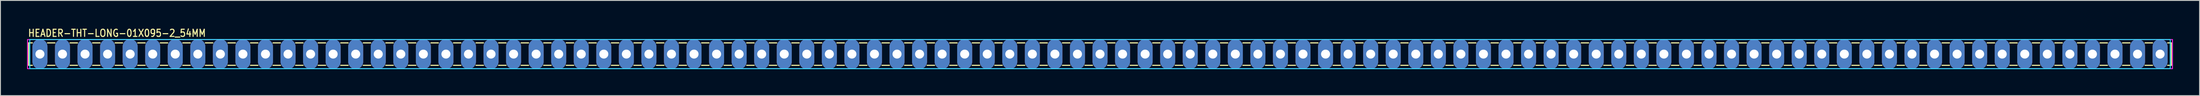
<source format=kicad_pcb>
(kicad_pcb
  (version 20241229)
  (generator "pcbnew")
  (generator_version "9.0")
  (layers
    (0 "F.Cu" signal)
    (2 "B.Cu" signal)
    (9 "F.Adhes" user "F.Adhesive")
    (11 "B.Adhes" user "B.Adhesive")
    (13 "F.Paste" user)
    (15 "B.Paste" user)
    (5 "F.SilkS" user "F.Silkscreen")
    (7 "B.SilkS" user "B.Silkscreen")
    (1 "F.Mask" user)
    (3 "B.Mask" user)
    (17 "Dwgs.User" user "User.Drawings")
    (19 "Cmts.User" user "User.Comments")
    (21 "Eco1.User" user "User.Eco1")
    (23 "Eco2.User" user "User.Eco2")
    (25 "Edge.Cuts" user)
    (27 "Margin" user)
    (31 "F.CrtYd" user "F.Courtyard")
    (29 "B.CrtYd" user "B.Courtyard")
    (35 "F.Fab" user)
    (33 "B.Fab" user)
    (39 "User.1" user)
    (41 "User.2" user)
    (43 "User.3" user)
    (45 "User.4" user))
  (footprint "HEADER-THT-LONG-01X095-2_54MM"
    (layer "F.Cu")
    (at 1.447 3.079)
    (property "Reference" "HEADER-THT-LONG-01X095-2_54MM" (at -1.4 -1.9 0) (unlocked yes) (layer "F.SilkS") (effects (font (size 0.813 0.695) (thickness 0.122)) (justify left bottom)))
    (fp_line (start -1.27 -1.27) (end -1.27 1.27) (stroke (width 0.127) (type solid)) (layer "F.SilkS"))
    (fp_line (start -1.27 1.27) (end -0.85 1.27) (stroke (width 0.127) (type solid)) (layer "F.SilkS"))
    (fp_line (start -0.85 -1.27) (end -1.27 -1.27) (stroke (width 0.127) (type solid)) (layer "F.SilkS"))
    (fp_line (start 0.85 -1.27) (end 1.69 -1.27) (stroke (width 0.127) (type solid)) (layer "F.SilkS"))
    (fp_line (start 0.85 1.27) (end 1.69 1.27) (stroke (width 0.127) (type solid)) (layer "F.SilkS"))
    (fp_line (start 3.39 -1.27) (end 4.23 -1.27) (stroke (width 0.127) (type solid)) (layer "F.SilkS"))
    (fp_line (start 3.39 1.27) (end 4.23 1.27) (stroke (width 0.127) (type solid)) (layer "F.SilkS"))
    (fp_line (start 5.93 -1.27) (end 6.77 -1.27) (stroke (width 0.127) (type solid)) (layer "F.SilkS"))
    (fp_line (start 5.93 1.27) (end 6.77 1.27) (stroke (width 0.127) (type solid)) (layer "F.SilkS"))
    (fp_line (start 8.47 -1.27) (end 9.31 -1.27) (stroke (width 0.127) (type solid)) (layer "F.SilkS"))
    (fp_line (start 8.47 1.27) (end 9.31 1.27) (stroke (width 0.127) (type solid)) (layer "F.SilkS"))
    (fp_line (start 11.01 -1.27) (end 11.85 -1.27) (stroke (width 0.127) (type solid)) (layer "F.SilkS"))
    (fp_line (start 11.01 1.27) (end 11.85 1.27) (stroke (width 0.127) (type solid)) (layer "F.SilkS"))
    (fp_line (start 13.55 -1.27) (end 14.39 -1.27) (stroke (width 0.127) (type solid)) (layer "F.SilkS"))
    (fp_line (start 13.55 1.27) (end 14.39 1.27) (stroke (width 0.127) (type solid)) (layer "F.SilkS"))
    (fp_line (start 16.09 -1.27) (end 16.93 -1.27) (stroke (width 0.127) (type solid)) (layer "F.SilkS"))
    (fp_line (start 16.09 1.27) (end 16.93 1.27) (stroke (width 0.127) (type solid)) (layer "F.SilkS"))
    (fp_line (start 18.63 -1.27) (end 19.47 -1.27) (stroke (width 0.127) (type solid)) (layer "F.SilkS"))
    (fp_line (start 18.63 1.27) (end 19.47 1.27) (stroke (width 0.127) (type solid)) (layer "F.SilkS"))
    (fp_line (start 21.17 -1.27) (end 22.01 -1.27) (stroke (width 0.127) (type solid)) (layer "F.SilkS"))
    (fp_line (start 21.17 1.27) (end 22.01 1.27) (stroke (width 0.127) (type solid)) (layer "F.SilkS"))
    (fp_line (start 23.71 -1.27) (end 24.55 -1.27) (stroke (width 0.127) (type solid)) (layer "F.SilkS"))
    (fp_line (start 23.71 1.27) (end 24.55 1.27) (stroke (width 0.127) (type solid)) (layer "F.SilkS"))
    (fp_line (start 26.25 -1.27) (end 27.09 -1.27) (stroke (width 0.127) (type solid)) (layer "F.SilkS"))
    (fp_line (start 26.25 1.27) (end 27.09 1.27) (stroke (width 0.127) (type solid)) (layer "F.SilkS"))
    (fp_line (start 28.79 -1.27) (end 29.63 -1.27) (stroke (width 0.127) (type solid)) (layer "F.SilkS"))
    (fp_line (start 28.79 1.27) (end 29.63 1.27) (stroke (width 0.127) (type solid)) (layer "F.SilkS"))
    (fp_line (start 31.33 -1.27) (end 32.17 -1.27) (stroke (width 0.127) (type solid)) (layer "F.SilkS"))
    (fp_line (start 31.33 1.27) (end 32.17 1.27) (stroke (width 0.127) (type solid)) (layer "F.SilkS"))
    (fp_line (start 33.87 -1.27) (end 34.71 -1.27) (stroke (width 0.127) (type solid)) (layer "F.SilkS"))
    (fp_line (start 33.87 1.27) (end 34.71 1.27) (stroke (width 0.127) (type solid)) (layer "F.SilkS"))
    (fp_line (start 36.41 -1.27) (end 37.25 -1.27) (stroke (width 0.127) (type solid)) (layer "F.SilkS"))
    (fp_line (start 36.41 1.27) (end 37.25 1.27) (stroke (width 0.127) (type solid)) (layer "F.SilkS"))
    (fp_line (start 38.95 -1.27) (end 39.79 -1.27) (stroke (width 0.127) (type solid)) (layer "F.SilkS"))
    (fp_line (start 38.95 1.27) (end 39.79 1.27) (stroke (width 0.127) (type solid)) (layer "F.SilkS"))
    (fp_line (start 41.49 -1.27) (end 42.33 -1.27) (stroke (width 0.127) (type solid)) (layer "F.SilkS"))
    (fp_line (start 41.49 1.27) (end 42.33 1.27) (stroke (width 0.127) (type solid)) (layer "F.SilkS"))
    (fp_line (start 44.03 -1.27) (end 44.87 -1.27) (stroke (width 0.127) (type solid)) (layer "F.SilkS"))
    (fp_line (start 44.03 1.27) (end 44.87 1.27) (stroke (width 0.127) (type solid)) (layer "F.SilkS"))
    (fp_line (start 46.57 -1.27) (end 47.41 -1.27) (stroke (width 0.127) (type solid)) (layer "F.SilkS"))
    (fp_line (start 46.57 1.27) (end 47.41 1.27) (stroke (width 0.127) (type solid)) (layer "F.SilkS"))
    (fp_line (start 49.11 -1.27) (end 49.95 -1.27) (stroke (width 0.127) (type solid)) (layer "F.SilkS"))
    (fp_line (start 49.11 1.27) (end 49.95 1.27) (stroke (width 0.127) (type solid)) (layer "F.SilkS"))
    (fp_line (start 51.65 -1.27) (end 52.49 -1.27) (stroke (width 0.127) (type solid)) (layer "F.SilkS"))
    (fp_line (start 51.65 1.27) (end 52.49 1.27) (stroke (width 0.127) (type solid)) (layer "F.SilkS"))
    (fp_line (start 54.19 -1.27) (end 55.03 -1.27) (stroke (width 0.127) (type solid)) (layer "F.SilkS"))
    (fp_line (start 54.19 1.27) (end 55.03 1.27) (stroke (width 0.127) (type solid)) (layer "F.SilkS"))
    (fp_line (start 56.73 -1.27) (end 57.57 -1.27) (stroke (width 0.127) (type solid)) (layer "F.SilkS"))
    (fp_line (start 56.73 1.27) (end 57.57 1.27) (stroke (width 0.127) (type solid)) (layer "F.SilkS"))
    (fp_line (start 59.27 -1.27) (end 60.11 -1.27) (stroke (width 0.127) (type solid)) (layer "F.SilkS"))
    (fp_line (start 59.27 1.27) (end 60.11 1.27) (stroke (width 0.127) (type solid)) (layer "F.SilkS"))
    (fp_line (start 61.81 -1.27) (end 62.65 -1.27) (stroke (width 0.127) (type solid)) (layer "F.SilkS"))
    (fp_line (start 61.81 1.27) (end 62.65 1.27) (stroke (width 0.127) (type solid)) (layer "F.SilkS"))
    (fp_line (start 64.35 -1.27) (end 65.19 -1.27) (stroke (width 0.127) (type solid)) (layer "F.SilkS"))
    (fp_line (start 64.35 1.27) (end 65.19 1.27) (stroke (width 0.127) (type solid)) (layer "F.SilkS"))
    (fp_line (start 66.89 -1.27) (end 67.73 -1.27) (stroke (width 0.127) (type solid)) (layer "F.SilkS"))
    (fp_line (start 66.89 1.27) (end 67.73 1.27) (stroke (width 0.127) (type solid)) (layer "F.SilkS"))
    (fp_line (start 69.43 -1.27) (end 70.27 -1.27) (stroke (width 0.127) (type solid)) (layer "F.SilkS"))
    (fp_line (start 69.43 1.27) (end 70.27 1.27) (stroke (width 0.127) (type solid)) (layer "F.SilkS"))
    (fp_line (start 71.97 -1.27) (end 72.81 -1.27) (stroke (width 0.127) (type solid)) (layer "F.SilkS"))
    (fp_line (start 71.97 1.27) (end 72.81 1.27) (stroke (width 0.127) (type solid)) (layer "F.SilkS"))
    (fp_line (start 74.51 -1.27) (end 75.35 -1.27) (stroke (width 0.127) (type solid)) (layer "F.SilkS"))
    (fp_line (start 74.51 1.27) (end 75.35 1.27) (stroke (width 0.127) (type solid)) (layer "F.SilkS"))
    (fp_line (start 77.05 -1.27) (end 77.89 -1.27) (stroke (width 0.127) (type solid)) (layer "F.SilkS"))
    (fp_line (start 77.05 1.27) (end 77.89 1.27) (stroke (width 0.127) (type solid)) (layer "F.SilkS"))
    (fp_line (start 79.59 -1.27) (end 80.43 -1.27) (stroke (width 0.127) (type solid)) (layer "F.SilkS"))
    (fp_line (start 79.59 1.27) (end 80.43 1.27) (stroke (width 0.127) (type solid)) (layer "F.SilkS"))
    (fp_line (start 82.13 -1.27) (end 82.97 -1.27) (stroke (width 0.127) (type solid)) (layer "F.SilkS"))
    (fp_line (start 82.13 1.27) (end 82.97 1.27) (stroke (width 0.127) (type solid)) (layer "F.SilkS"))
    (fp_line (start 84.67 -1.27) (end 85.51 -1.27) (stroke (width 0.127) (type solid)) (layer "F.SilkS"))
    (fp_line (start 84.67 1.27) (end 85.51 1.27) (stroke (width 0.127) (type solid)) (layer "F.SilkS"))
    (fp_line (start 87.21 -1.27) (end 88.05 -1.27) (stroke (width 0.127) (type solid)) (layer "F.SilkS"))
    (fp_line (start 87.21 1.27) (end 88.05 1.27) (stroke (width 0.127) (type solid)) (layer "F.SilkS"))
    (fp_line (start 89.75 -1.27) (end 90.59 -1.27) (stroke (width 0.127) (type solid)) (layer "F.SilkS"))
    (fp_line (start 89.75 1.27) (end 90.59 1.27) (stroke (width 0.127) (type solid)) (layer "F.SilkS"))
    (fp_line (start 92.29 -1.27) (end 93.13 -1.27) (stroke (width 0.127) (type solid)) (layer "F.SilkS"))
    (fp_line (start 92.29 1.27) (end 93.13 1.27) (stroke (width 0.127) (type solid)) (layer "F.SilkS"))
    (fp_line (start 94.83 -1.27) (end 95.67 -1.27) (stroke (width 0.127) (type solid)) (layer "F.SilkS"))
    (fp_line (start 94.83 1.27) (end 95.67 1.27) (stroke (width 0.127) (type solid)) (layer "F.SilkS"))
    (fp_line (start 97.37 -1.27) (end 98.21 -1.27) (stroke (width 0.127) (type solid)) (layer "F.SilkS"))
    (fp_line (start 97.37 1.27) (end 98.21 1.27) (stroke (width 0.127) (type solid)) (layer "F.SilkS"))
    (fp_line (start 99.91 -1.27) (end 100.75 -1.27) (stroke (width 0.127) (type solid)) (layer "F.SilkS"))
    (fp_line (start 99.91 1.27) (end 100.75 1.27) (stroke (width 0.127) (type solid)) (layer "F.SilkS"))
    (fp_line (start 102.45 -1.27) (end 103.29 -1.27) (stroke (width 0.127) (type solid)) (layer "F.SilkS"))
    (fp_line (start 102.45 1.27) (end 103.29 1.27) (stroke (width 0.127) (type solid)) (layer "F.SilkS"))
    (fp_line (start 104.99 -1.27) (end 105.83 -1.27) (stroke (width 0.127) (type solid)) (layer "F.SilkS"))
    (fp_line (start 104.99 1.27) (end 105.83 1.27) (stroke (width 0.127) (type solid)) (layer "F.SilkS"))
    (fp_line (start 107.53 -1.27) (end 108.37 -1.27) (stroke (width 0.127) (type solid)) (layer "F.SilkS"))
    (fp_line (start 107.53 1.27) (end 108.37 1.27) (stroke (width 0.127) (type solid)) (layer "F.SilkS"))
    (fp_line (start 110.07 -1.27) (end 110.91 -1.27) (stroke (width 0.127) (type solid)) (layer "F.SilkS"))
    (fp_line (start 110.07 1.27) (end 110.91 1.27) (stroke (width 0.127) (type solid)) (layer "F.SilkS"))
    (fp_line (start 112.61 -1.27) (end 113.45 -1.27) (stroke (width 0.127) (type solid)) (layer "F.SilkS"))
    (fp_line (start 112.61 1.27) (end 113.45 1.27) (stroke (width 0.127) (type solid)) (layer "F.SilkS"))
    (fp_line (start 115.15 -1.27) (end 115.99 -1.27) (stroke (width 0.127) (type solid)) (layer "F.SilkS"))
    (fp_line (start 115.15 1.27) (end 115.99 1.27) (stroke (width 0.127) (type solid)) (layer "F.SilkS"))
    (fp_line (start 117.69 -1.27) (end 118.53 -1.27) (stroke (width 0.127) (type solid)) (layer "F.SilkS"))
    (fp_line (start 117.69 1.27) (end 118.53 1.27) (stroke (width 0.127) (type solid)) (layer "F.SilkS"))
    (fp_line (start 120.23 -1.27) (end 121.07 -1.27) (stroke (width 0.127) (type solid)) (layer "F.SilkS"))
    (fp_line (start 120.23 1.27) (end 121.07 1.27) (stroke (width 0.127) (type solid)) (layer "F.SilkS"))
    (fp_line (start 122.77 -1.27) (end 123.61 -1.27) (stroke (width 0.127) (type solid)) (layer "F.SilkS"))
    (fp_line (start 122.77 1.27) (end 123.61 1.27) (stroke (width 0.127) (type solid)) (layer "F.SilkS"))
    (fp_line (start 125.31 -1.27) (end 126.15 -1.27) (stroke (width 0.127) (type solid)) (layer "F.SilkS"))
    (fp_line (start 125.31 1.27) (end 126.15 1.27) (stroke (width 0.127) (type solid)) (layer "F.SilkS"))
    (fp_line (start 127.85 -1.27) (end 128.69 -1.27) (stroke (width 0.127) (type solid)) (layer "F.SilkS"))
    (fp_line (start 127.85 1.27) (end 128.69 1.27) (stroke (width 0.127) (type solid)) (layer "F.SilkS"))
    (fp_line (start 130.39 -1.27) (end 131.23 -1.27) (stroke (width 0.127) (type solid)) (layer "F.SilkS"))
    (fp_line (start 130.39 1.27) (end 131.23 1.27) (stroke (width 0.127) (type solid)) (layer "F.SilkS"))
    (fp_line (start 132.93 -1.27) (end 133.77 -1.27) (stroke (width 0.127) (type solid)) (layer "F.SilkS"))
    (fp_line (start 132.93 1.27) (end 133.77 1.27) (stroke (width 0.127) (type solid)) (layer "F.SilkS"))
    (fp_line (start 135.47 -1.27) (end 136.31 -1.27) (stroke (width 0.127) (type solid)) (layer "F.SilkS"))
    (fp_line (start 135.47 1.27) (end 136.31 1.27) (stroke (width 0.127) (type solid)) (layer "F.SilkS"))
    (fp_line (start 138.01 -1.27) (end 138.85 -1.27) (stroke (width 0.127) (type solid)) (layer "F.SilkS"))
    (fp_line (start 138.01 1.27) (end 138.85 1.27) (stroke (width 0.127) (type solid)) (layer "F.SilkS"))
    (fp_line (start 140.55 -1.27) (end 141.39 -1.27) (stroke (width 0.127) (type solid)) (layer "F.SilkS"))
    (fp_line (start 140.55 1.27) (end 141.39 1.27) (stroke (width 0.127) (type solid)) (layer "F.SilkS"))
    (fp_line (start 143.09 -1.27) (end 143.93 -1.27) (stroke (width 0.127) (type solid)) (layer "F.SilkS"))
    (fp_line (start 143.09 1.27) (end 143.93 1.27) (stroke (width 0.127) (type solid)) (layer "F.SilkS"))
    (fp_line (start 145.63 -1.27) (end 146.47 -1.27) (stroke (width 0.127) (type solid)) (layer "F.SilkS"))
    (fp_line (start 145.63 1.27) (end 146.47 1.27) (stroke (width 0.127) (type solid)) (layer "F.SilkS"))
    (fp_line (start 148.17 -1.27) (end 149.01 -1.27) (stroke (width 0.127) (type solid)) (layer "F.SilkS"))
    (fp_line (start 148.17 1.27) (end 149.01 1.27) (stroke (width 0.127) (type solid)) (layer "F.SilkS"))
    (fp_line (start 150.71 -1.27) (end 151.55 -1.27) (stroke (width 0.127) (type solid)) (layer "F.SilkS"))
    (fp_line (start 150.71 1.27) (end 151.55 1.27) (stroke (width 0.127) (type solid)) (layer "F.SilkS"))
    (fp_line (start 153.25 -1.27) (end 154.09 -1.27) (stroke (width 0.127) (type solid)) (layer "F.SilkS"))
    (fp_line (start 153.25 1.27) (end 154.09 1.27) (stroke (width 0.127) (type solid)) (layer "F.SilkS"))
    (fp_line (start 155.79 -1.27) (end 156.63 -1.27) (stroke (width 0.127) (type solid)) (layer "F.SilkS"))
    (fp_line (start 155.79 1.27) (end 156.63 1.27) (stroke (width 0.127) (type solid)) (layer "F.SilkS"))
    (fp_line (start 158.33 -1.27) (end 159.17 -1.27) (stroke (width 0.127) (type solid)) (layer "F.SilkS"))
    (fp_line (start 158.33 1.27) (end 159.17 1.27) (stroke (width 0.127) (type solid)) (layer "F.SilkS"))
    (fp_line (start 160.87 -1.27) (end 161.71 -1.27) (stroke (width 0.127) (type solid)) (layer "F.SilkS"))
    (fp_line (start 160.87 1.27) (end 161.71 1.27) (stroke (width 0.127) (type solid)) (layer "F.SilkS"))
    (fp_line (start 163.41 -1.27) (end 164.25 -1.27) (stroke (width 0.127) (type solid)) (layer "F.SilkS"))
    (fp_line (start 163.41 1.27) (end 164.25 1.27) (stroke (width 0.127) (type solid)) (layer "F.SilkS"))
    (fp_line (start 165.95 -1.27) (end 166.79 -1.27) (stroke (width 0.127) (type solid)) (layer "F.SilkS"))
    (fp_line (start 165.95 1.27) (end 166.79 1.27) (stroke (width 0.127) (type solid)) (layer "F.SilkS"))
    (fp_line (start 168.49 -1.27) (end 169.33 -1.27) (stroke (width 0.127) (type solid)) (layer "F.SilkS"))
    (fp_line (start 168.49 1.27) (end 169.33 1.27) (stroke (width 0.127) (type solid)) (layer "F.SilkS"))
    (fp_line (start 171.03 -1.27) (end 171.87 -1.27) (stroke (width 0.127) (type solid)) (layer "F.SilkS"))
    (fp_line (start 171.03 1.27) (end 171.87 1.27) (stroke (width 0.127) (type solid)) (layer "F.SilkS"))
    (fp_line (start 173.57 -1.27) (end 174.41 -1.27) (stroke (width 0.127) (type solid)) (layer "F.SilkS"))
    (fp_line (start 173.57 1.27) (end 174.41 1.27) (stroke (width 0.127) (type solid)) (layer "F.SilkS"))
    (fp_line (start 176.11 -1.27) (end 176.95 -1.27) (stroke (width 0.127) (type solid)) (layer "F.SilkS"))
    (fp_line (start 176.11 1.27) (end 176.95 1.27) (stroke (width 0.127) (type solid)) (layer "F.SilkS"))
    (fp_line (start 178.65 -1.27) (end 179.49 -1.27) (stroke (width 0.127) (type solid)) (layer "F.SilkS"))
    (fp_line (start 178.65 1.27) (end 179.49 1.27) (stroke (width 0.127) (type solid)) (layer "F.SilkS"))
    (fp_line (start 181.19 -1.27) (end 182.03 -1.27) (stroke (width 0.127) (type solid)) (layer "F.SilkS"))
    (fp_line (start 181.19 1.27) (end 182.03 1.27) (stroke (width 0.127) (type solid)) (layer "F.SilkS"))
    (fp_line (start 183.73 -1.27) (end 184.57 -1.27) (stroke (width 0.127) (type solid)) (layer "F.SilkS"))
    (fp_line (start 183.73 1.27) (end 184.57 1.27) (stroke (width 0.127) (type solid)) (layer "F.SilkS"))
    (fp_line (start 186.27 -1.27) (end 187.11 -1.27) (stroke (width 0.127) (type solid)) (layer "F.SilkS"))
    (fp_line (start 186.27 1.27) (end 187.11 1.27) (stroke (width 0.127) (type solid)) (layer "F.SilkS"))
    (fp_line (start 188.81 -1.27) (end 189.65 -1.27) (stroke (width 0.127) (type solid)) (layer "F.SilkS"))
    (fp_line (start 188.81 1.27) (end 189.65 1.27) (stroke (width 0.127) (type solid)) (layer "F.SilkS"))
    (fp_line (start 191.35 -1.27) (end 192.19 -1.27) (stroke (width 0.127) (type solid)) (layer "F.SilkS"))
    (fp_line (start 191.35 1.27) (end 192.19 1.27) (stroke (width 0.127) (type solid)) (layer "F.SilkS"))
    (fp_line (start 193.89 -1.27) (end 194.73 -1.27) (stroke (width 0.127) (type solid)) (layer "F.SilkS"))
    (fp_line (start 193.89 1.27) (end 194.73 1.27) (stroke (width 0.127) (type solid)) (layer "F.SilkS"))
    (fp_line (start 196.43 -1.27) (end 197.27 -1.27) (stroke (width 0.127) (type solid)) (layer "F.SilkS"))
    (fp_line (start 196.43 1.27) (end 197.27 1.27) (stroke (width 0.127) (type solid)) (layer "F.SilkS"))
    (fp_line (start 198.97 -1.27) (end 199.81 -1.27) (stroke (width 0.127) (type solid)) (layer "F.SilkS"))
    (fp_line (start 198.97 1.27) (end 199.81 1.27) (stroke (width 0.127) (type solid)) (layer "F.SilkS"))
    (fp_line (start 201.51 -1.27) (end 202.35 -1.27) (stroke (width 0.127) (type solid)) (layer "F.SilkS"))
    (fp_line (start 201.51 1.27) (end 202.35 1.27) (stroke (width 0.127) (type solid)) (layer "F.SilkS"))
    (fp_line (start 204.05 -1.27) (end 204.89 -1.27) (stroke (width 0.127) (type solid)) (layer "F.SilkS"))
    (fp_line (start 204.05 1.27) (end 204.89 1.27) (stroke (width 0.127) (type solid)) (layer "F.SilkS"))
    (fp_line (start 206.59 -1.27) (end 207.43 -1.27) (stroke (width 0.127) (type solid)) (layer "F.SilkS"))
    (fp_line (start 206.59 1.27) (end 207.43 1.27) (stroke (width 0.127) (type solid)) (layer "F.SilkS"))
    (fp_line (start 209.13 -1.27) (end 209.97 -1.27) (stroke (width 0.127) (type solid)) (layer "F.SilkS"))
    (fp_line (start 209.13 1.27) (end 209.97 1.27) (stroke (width 0.127) (type solid)) (layer "F.SilkS"))
    (fp_line (start 211.67 -1.27) (end 212.51 -1.27) (stroke (width 0.127) (type solid)) (layer "F.SilkS"))
    (fp_line (start 211.67 1.27) (end 212.51 1.27) (stroke (width 0.127) (type solid)) (layer "F.SilkS"))
    (fp_line (start 214.21 -1.27) (end 215.05 -1.27) (stroke (width 0.127) (type solid)) (layer "F.SilkS"))
    (fp_line (start 214.21 1.27) (end 215.05 1.27) (stroke (width 0.127) (type solid)) (layer "F.SilkS"))
    (fp_line (start 216.75 -1.27) (end 217.59 -1.27) (stroke (width 0.127) (type solid)) (layer "F.SilkS"))
    (fp_line (start 216.75 1.27) (end 217.59 1.27) (stroke (width 0.127) (type solid)) (layer "F.SilkS"))
    (fp_line (start 219.29 -1.27) (end 220.13 -1.27) (stroke (width 0.127) (type solid)) (layer "F.SilkS"))
    (fp_line (start 219.29 1.27) (end 220.13 1.27) (stroke (width 0.127) (type solid)) (layer "F.SilkS"))
    (fp_line (start 221.83 -1.27) (end 222.67 -1.27) (stroke (width 0.127) (type solid)) (layer "F.SilkS"))
    (fp_line (start 221.83 1.27) (end 222.67 1.27) (stroke (width 0.127) (type solid)) (layer "F.SilkS"))
    (fp_line (start 224.37 -1.27) (end 225.21 -1.27) (stroke (width 0.127) (type solid)) (layer "F.SilkS"))
    (fp_line (start 224.37 1.27) (end 225.21 1.27) (stroke (width 0.127) (type solid)) (layer "F.SilkS"))
    (fp_line (start 226.91 -1.27) (end 227.75 -1.27) (stroke (width 0.127) (type solid)) (layer "F.SilkS"))
    (fp_line (start 226.91 1.27) (end 227.75 1.27) (stroke (width 0.127) (type solid)) (layer "F.SilkS"))
    (fp_line (start 229.45 -1.27) (end 230.29 -1.27) (stroke (width 0.127) (type solid)) (layer "F.SilkS"))
    (fp_line (start 229.45 1.27) (end 230.29 1.27) (stroke (width 0.127) (type solid)) (layer "F.SilkS"))
    (fp_line (start 231.99 -1.27) (end 232.83 -1.27) (stroke (width 0.127) (type solid)) (layer "F.SilkS"))
    (fp_line (start 231.99 1.27) (end 232.83 1.27) (stroke (width 0.127) (type solid)) (layer "F.SilkS"))
    (fp_line (start 234.53 -1.27) (end 235.37 -1.27) (stroke (width 0.127) (type solid)) (layer "F.SilkS"))
    (fp_line (start 234.53 1.27) (end 235.37 1.27) (stroke (width 0.127) (type solid)) (layer "F.SilkS"))
    (fp_line (start 237.07 -1.27) (end 237.91 -1.27) (stroke (width 0.127) (type solid)) (layer "F.SilkS"))
    (fp_line (start 237.07 1.27) (end 237.91 1.27) (stroke (width 0.127) (type solid)) (layer "F.SilkS"))
    (fp_line (start 239.61 -1.27) (end 240.03 -1.27) (stroke (width 0.127) (type solid)) (layer "F.SilkS"))
    (fp_line (start 240.03 -1.27) (end 240.03 1.27) (stroke (width 0.127) (type solid)) (layer "F.SilkS"))
    (fp_line (start 240.03 1.27) (end 239.61 1.27) (stroke (width 0.127) (type solid)) (layer "F.SilkS"))
    (fp_poly (pts (xy -1.143 -1.651) (xy 239.903 -1.651) (xy 239.903 1.651) (xy -1.143 1.651)) (stroke (width 0.1) (type solid)) (fill no) (layer "B.CrtYd"))
    (fp_poly (pts (xy -1.397 -1.651) (xy 240.157 -1.651) (xy 240.157 1.651) (xy -1.397 1.651)) (stroke (width 0.1) (type solid)) (fill no) (layer "F.CrtYd"))
    (pad "1" thru_hole oval (at 0 0 90) (size 3.387 1.693) (drill 1.016) (layers "*.Cu" "*.Mask"))
    (pad "2" thru_hole oval (at 2.54 0 90) (size 3.387 1.693) (drill 1.016) (layers "*.Cu" "*.Mask"))
    (pad "3" thru_hole oval (at 5.08 0 90) (size 3.387 1.693) (drill 1.016) (layers "*.Cu" "*.Mask"))
    (pad "4" thru_hole oval (at 7.62 0 90) (size 3.387 1.693) (drill 1.016) (layers "*.Cu" "*.Mask"))
    (pad "5" thru_hole oval (at 10.16 0 90) (size 3.387 1.693) (drill 1.016) (layers "*.Cu" "*.Mask"))
    (pad "6" thru_hole oval (at 12.7 0 90) (size 3.387 1.693) (drill 1.016) (layers "*.Cu" "*.Mask"))
    (pad "7" thru_hole oval (at 15.24 0 90) (size 3.387 1.693) (drill 1.016) (layers "*.Cu" "*.Mask"))
    (pad "8" thru_hole oval (at 17.78 0 90) (size 3.387 1.693) (drill 1.016) (layers "*.Cu" "*.Mask"))
    (pad "9" thru_hole oval (at 20.32 0 90) (size 3.387 1.693) (drill 1.016) (layers "*.Cu" "*.Mask"))
    (pad "10" thru_hole oval (at 22.86 0 90) (size 3.387 1.693) (drill 1.016) (layers "*.Cu" "*.Mask"))
    (pad "11" thru_hole oval (at 25.4 0 90) (size 3.387 1.693) (drill 1.016) (layers "*.Cu" "*.Mask"))
    (pad "12" thru_hole oval (at 27.94 0 90) (size 3.387 1.693) (drill 1.016) (layers "*.Cu" "*.Mask"))
    (pad "13" thru_hole oval (at 30.48 0 90) (size 3.387 1.693) (drill 1.016) (layers "*.Cu" "*.Mask"))
    (pad "14" thru_hole oval (at 33.02 0 90) (size 3.387 1.693) (drill 1.016) (layers "*.Cu" "*.Mask"))
    (pad "15" thru_hole oval (at 35.56 0 90) (size 3.387 1.693) (drill 1.016) (layers "*.Cu" "*.Mask"))
    (pad "16" thru_hole oval (at 38.1 0 90) (size 3.387 1.693) (drill 1.016) (layers "*.Cu" "*.Mask"))
    (pad "17" thru_hole oval (at 40.64 0 90) (size 3.387 1.693) (drill 1.016) (layers "*.Cu" "*.Mask"))
    (pad "18" thru_hole oval (at 43.18 0 90) (size 3.387 1.693) (drill 1.016) (layers "*.Cu" "*.Mask"))
    (pad "19" thru_hole oval (at 45.72 0 90) (size 3.387 1.693) (drill 1.016) (layers "*.Cu" "*.Mask"))
    (pad "20" thru_hole oval (at 48.26 0 90) (size 3.387 1.693) (drill 1.016) (layers "*.Cu" "*.Mask"))
    (pad "21" thru_hole oval (at 50.8 0 90) (size 3.387 1.693) (drill 1.016) (layers "*.Cu" "*.Mask"))
    (pad "22" thru_hole oval (at 53.34 0 90) (size 3.387 1.693) (drill 1.016) (layers "*.Cu" "*.Mask"))
    (pad "23" thru_hole oval (at 55.88 0 90) (size 3.387 1.693) (drill 1.016) (layers "*.Cu" "*.Mask"))
    (pad "24" thru_hole oval (at 58.42 0 90) (size 3.387 1.693) (drill 1.016) (layers "*.Cu" "*.Mask"))
    (pad "25" thru_hole oval (at 60.96 0 90) (size 3.387 1.693) (drill 1.016) (layers "*.Cu" "*.Mask"))
    (pad "26" thru_hole oval (at 63.5 0 90) (size 3.387 1.693) (drill 1.016) (layers "*.Cu" "*.Mask"))
    (pad "27" thru_hole oval (at 66.04 0 90) (size 3.387 1.693) (drill 1.016) (layers "*.Cu" "*.Mask"))
    (pad "28" thru_hole oval (at 68.58 0 90) (size 3.387 1.693) (drill 1.016) (layers "*.Cu" "*.Mask"))
    (pad "29" thru_hole oval (at 71.12 0 90) (size 3.387 1.693) (drill 1.016) (layers "*.Cu" "*.Mask"))
    (pad "30" thru_hole oval (at 73.66 0 90) (size 3.387 1.693) (drill 1.016) (layers "*.Cu" "*.Mask"))
    (pad "31" thru_hole oval (at 76.2 0 90) (size 3.387 1.693) (drill 1.016) (layers "*.Cu" "*.Mask"))
    (pad "32" thru_hole oval (at 78.74 0 90) (size 3.387 1.693) (drill 1.016) (layers "*.Cu" "*.Mask"))
    (pad "33" thru_hole oval (at 81.28 0 90) (size 3.387 1.693) (drill 1.016) (layers "*.Cu" "*.Mask"))
    (pad "34" thru_hole oval (at 83.82 0 90) (size 3.387 1.693) (drill 1.016) (layers "*.Cu" "*.Mask"))
    (pad "35" thru_hole oval (at 86.36 0 90) (size 3.387 1.693) (drill 1.016) (layers "*.Cu" "*.Mask"))
    (pad "36" thru_hole oval (at 88.9 0 90) (size 3.387 1.693) (drill 1.016) (layers "*.Cu" "*.Mask"))
    (pad "37" thru_hole oval (at 91.44 0 90) (size 3.387 1.693) (drill 1.016) (layers "*.Cu" "*.Mask"))
    (pad "38" thru_hole oval (at 93.98 0 90) (size 3.387 1.693) (drill 1.016) (layers "*.Cu" "*.Mask"))
    (pad "39" thru_hole oval (at 96.52 0 90) (size 3.387 1.693) (drill 1.016) (layers "*.Cu" "*.Mask"))
    (pad "40" thru_hole oval (at 99.06 0 90) (size 3.387 1.693) (drill 1.016) (layers "*.Cu" "*.Mask"))
    (pad "41" thru_hole oval (at 101.6 0 90) (size 3.387 1.693) (drill 1.016) (layers "*.Cu" "*.Mask"))
    (pad "42" thru_hole oval (at 104.14 0 90) (size 3.387 1.693) (drill 1.016) (layers "*.Cu" "*.Mask"))
    (pad "43" thru_hole oval (at 106.68 0 90) (size 3.387 1.693) (drill 1.016) (layers "*.Cu" "*.Mask"))
    (pad "44" thru_hole oval (at 109.22 0 90) (size 3.387 1.693) (drill 1.016) (layers "*.Cu" "*.Mask"))
    (pad "45" thru_hole oval (at 111.76 0 90) (size 3.387 1.693) (drill 1.016) (layers "*.Cu" "*.Mask"))
    (pad "46" thru_hole oval (at 114.3 0 90) (size 3.387 1.693) (drill 1.016) (layers "*.Cu" "*.Mask"))
    (pad "47" thru_hole oval (at 116.84 0 90) (size 3.387 1.693) (drill 1.016) (layers "*.Cu" "*.Mask"))
    (pad "48" thru_hole oval (at 119.38 0 90) (size 3.387 1.693) (drill 1.016) (layers "*.Cu" "*.Mask"))
    (pad "49" thru_hole oval (at 121.92 0 90) (size 3.387 1.693) (drill 1.016) (layers "*.Cu" "*.Mask"))
    (pad "50" thru_hole oval (at 124.46 0 90) (size 3.387 1.693) (drill 1.016) (layers "*.Cu" "*.Mask"))
    (pad "51" thru_hole oval (at 127 0 90) (size 3.387 1.693) (drill 1.016) (layers "*.Cu" "*.Mask"))
    (pad "52" thru_hole oval (at 129.54 0 90) (size 3.387 1.693) (drill 1.016) (layers "*.Cu" "*.Mask"))
    (pad "53" thru_hole oval (at 132.08 0 90) (size 3.387 1.693) (drill 1.016) (layers "*.Cu" "*.Mask"))
    (pad "54" thru_hole oval (at 134.62 0 90) (size 3.387 1.693) (drill 1.016) (layers "*.Cu" "*.Mask"))
    (pad "55" thru_hole oval (at 137.16 0 90) (size 3.387 1.693) (drill 1.016) (layers "*.Cu" "*.Mask"))
    (pad "56" thru_hole oval (at 139.7 0 90) (size 3.387 1.693) (drill 1.016) (layers "*.Cu" "*.Mask"))
    (pad "57" thru_hole oval (at 142.24 0 90) (size 3.387 1.693) (drill 1.016) (layers "*.Cu" "*.Mask"))
    (pad "58" thru_hole oval (at 144.78 0 90) (size 3.387 1.693) (drill 1.016) (layers "*.Cu" "*.Mask"))
    (pad "59" thru_hole oval (at 147.32 0 90) (size 3.387 1.693) (drill 1.016) (layers "*.Cu" "*.Mask"))
    (pad "60" thru_hole oval (at 149.86 0 90) (size 3.387 1.693) (drill 1.016) (layers "*.Cu" "*.Mask"))
    (pad "61" thru_hole oval (at 152.4 0 90) (size 3.387 1.693) (drill 1.016) (layers "*.Cu" "*.Mask"))
    (pad "62" thru_hole oval (at 154.94 0 90) (size 3.387 1.693) (drill 1.016) (layers "*.Cu" "*.Mask"))
    (pad "63" thru_hole oval (at 157.48 0 90) (size 3.387 1.693) (drill 1.016) (layers "*.Cu" "*.Mask"))
    (pad "64" thru_hole oval (at 160.02 0 90) (size 3.387 1.693) (drill 1.016) (layers "*.Cu" "*.Mask"))
    (pad "65" thru_hole oval (at 162.56 0 90) (size 3.387 1.693) (drill 1.016) (layers "*.Cu" "*.Mask"))
    (pad "66" thru_hole oval (at 165.1 0 90) (size 3.387 1.693) (drill 1.016) (layers "*.Cu" "*.Mask"))
    (pad "67" thru_hole oval (at 167.64 0 90) (size 3.387 1.693) (drill 1.016) (layers "*.Cu" "*.Mask"))
    (pad "68" thru_hole oval (at 170.18 0 90) (size 3.387 1.693) (drill 1.016) (layers "*.Cu" "*.Mask"))
    (pad "69" thru_hole oval (at 172.72 0 90) (size 3.387 1.693) (drill 1.016) (layers "*.Cu" "*.Mask"))
    (pad "70" thru_hole oval (at 175.26 0 90) (size 3.387 1.693) (drill 1.016) (layers "*.Cu" "*.Mask"))
    (pad "71" thru_hole oval (at 177.8 0 90) (size 3.387 1.693) (drill 1.016) (layers "*.Cu" "*.Mask"))
    (pad "72" thru_hole oval (at 180.34 0 90) (size 3.387 1.693) (drill 1.016) (layers "*.Cu" "*.Mask"))
    (pad "73" thru_hole oval (at 182.88 0 90) (size 3.387 1.693) (drill 1.016) (layers "*.Cu" "*.Mask"))
    (pad "74" thru_hole oval (at 185.42 0 90) (size 3.387 1.693) (drill 1.016) (layers "*.Cu" "*.Mask"))
    (pad "75" thru_hole oval (at 187.96 0 90) (size 3.387 1.693) (drill 1.016) (layers "*.Cu" "*.Mask"))
    (pad "76" thru_hole oval (at 190.5 0 90) (size 3.387 1.693) (drill 1.016) (layers "*.Cu" "*.Mask"))
    (pad "77" thru_hole oval (at 193.04 0 90) (size 3.387 1.693) (drill 1.016) (layers "*.Cu" "*.Mask"))
    (pad "78" thru_hole oval (at 195.58 0 90) (size 3.387 1.693) (drill 1.016) (layers "*.Cu" "*.Mask"))
    (pad "79" thru_hole oval (at 198.12 0 90) (size 3.387 1.693) (drill 1.016) (layers "*.Cu" "*.Mask"))
    (pad "80" thru_hole oval (at 200.66 0 90) (size 3.387 1.693) (drill 1.016) (layers "*.Cu" "*.Mask"))
    (pad "81" thru_hole oval (at 203.2 0 90) (size 3.387 1.693) (drill 1.016) (layers "*.Cu" "*.Mask"))
    (pad "82" thru_hole oval (at 205.74 0 90) (size 3.387 1.693) (drill 1.016) (layers "*.Cu" "*.Mask"))
    (pad "83" thru_hole oval (at 208.28 0 90) (size 3.387 1.693) (drill 1.016) (layers "*.Cu" "*.Mask"))
    (pad "84" thru_hole oval (at 210.82 0 90) (size 3.387 1.693) (drill 1.016) (layers "*.Cu" "*.Mask"))
    (pad "85" thru_hole oval (at 213.36 0 90) (size 3.387 1.693) (drill 1.016) (layers "*.Cu" "*.Mask"))
    (pad "86" thru_hole oval (at 215.9 0 90) (size 3.387 1.693) (drill 1.016) (layers "*.Cu" "*.Mask"))
    (pad "87" thru_hole oval (at 218.44 0 90) (size 3.387 1.693) (drill 1.016) (layers "*.Cu" "*.Mask"))
    (pad "88" thru_hole oval (at 220.98 0 90) (size 3.387 1.693) (drill 1.016) (layers "*.Cu" "*.Mask"))
    (pad "89" thru_hole oval (at 223.52 0 90) (size 3.387 1.693) (drill 1.016) (layers "*.Cu" "*.Mask"))
    (pad "90" thru_hole oval (at 226.06 0 90) (size 3.387 1.693) (drill 1.016) (layers "*.Cu" "*.Mask"))
    (pad "91" thru_hole oval (at 228.6 0 90) (size 3.387 1.693) (drill 1.016) (layers "*.Cu" "*.Mask"))
    (pad "92" thru_hole oval (at 231.14 0 90) (size 3.387 1.693) (drill 1.016) (layers "*.Cu" "*.Mask"))
    (pad "93" thru_hole oval (at 233.68 0 90) (size 3.387 1.693) (drill 1.016) (layers "*.Cu" "*.Mask"))
    (pad "94" thru_hole oval (at 236.22 0 90) (size 3.387 1.693) (drill 1.016) (layers "*.Cu" "*.Mask"))
    (pad "95" thru_hole oval (at 238.76 0 90) (size 3.387 1.693) (drill 1.016) (layers "*.Cu" "*.Mask")))
  (gr_rect
    (start -3 -3)
    (end 244.654 7.78)
    (stroke (width 0.1) (type default))
    (fill no)
    (layer "Edge.Cuts")))
</source>
